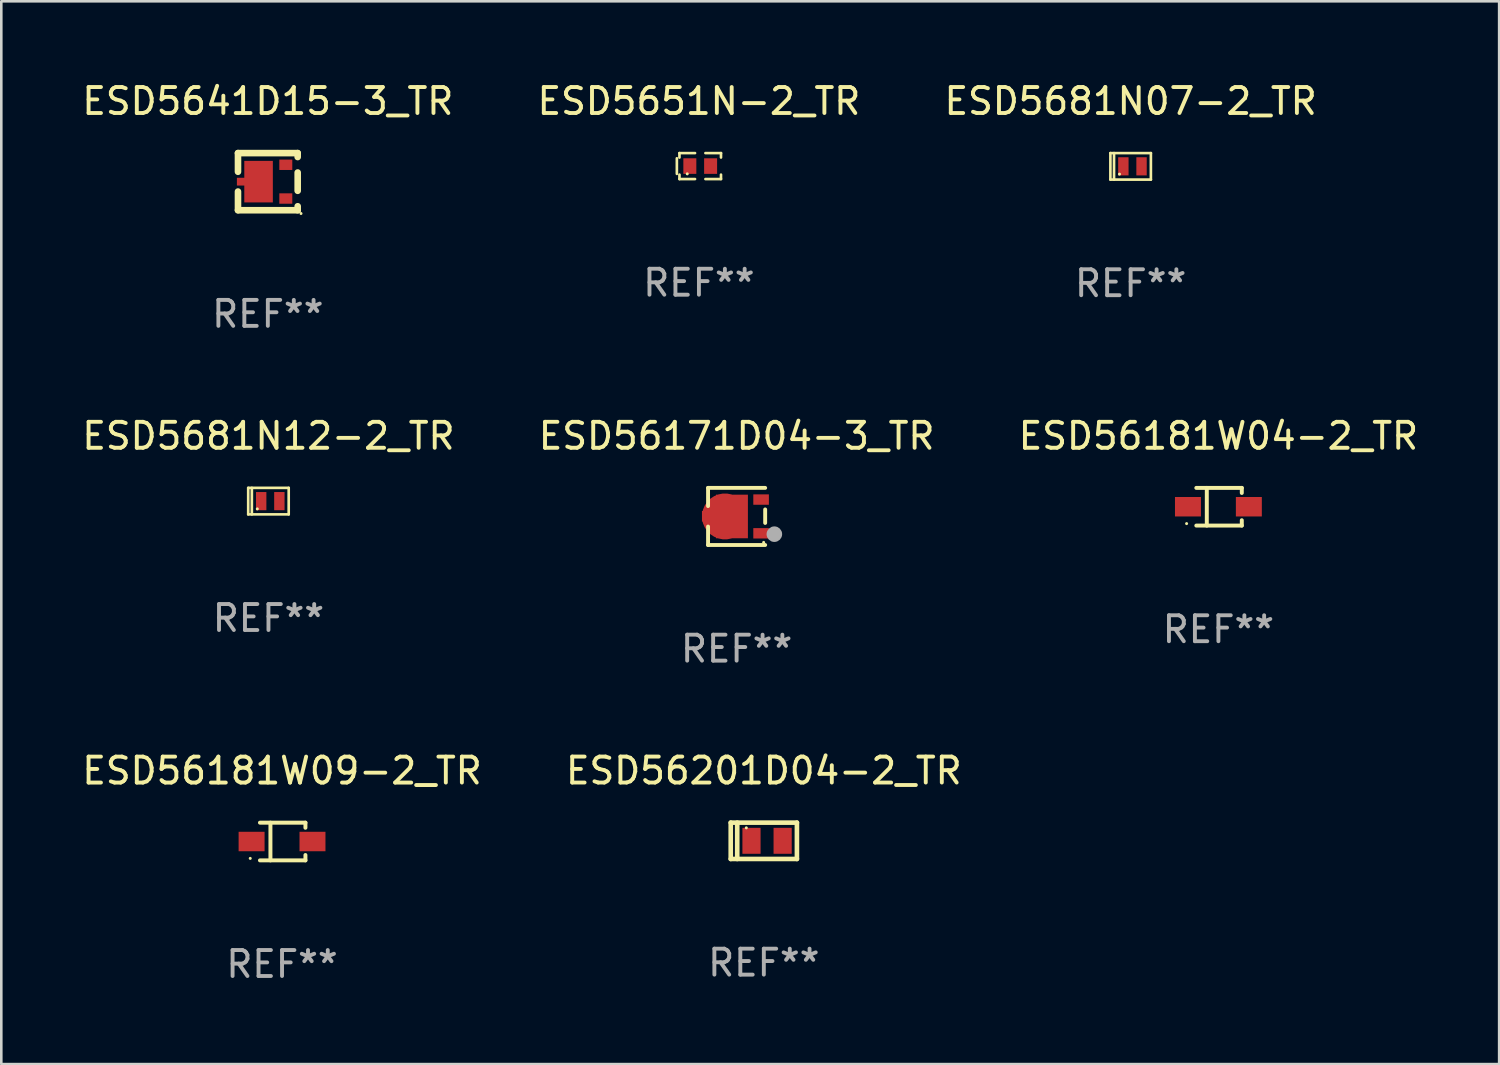
<source format=kicad_pcb>
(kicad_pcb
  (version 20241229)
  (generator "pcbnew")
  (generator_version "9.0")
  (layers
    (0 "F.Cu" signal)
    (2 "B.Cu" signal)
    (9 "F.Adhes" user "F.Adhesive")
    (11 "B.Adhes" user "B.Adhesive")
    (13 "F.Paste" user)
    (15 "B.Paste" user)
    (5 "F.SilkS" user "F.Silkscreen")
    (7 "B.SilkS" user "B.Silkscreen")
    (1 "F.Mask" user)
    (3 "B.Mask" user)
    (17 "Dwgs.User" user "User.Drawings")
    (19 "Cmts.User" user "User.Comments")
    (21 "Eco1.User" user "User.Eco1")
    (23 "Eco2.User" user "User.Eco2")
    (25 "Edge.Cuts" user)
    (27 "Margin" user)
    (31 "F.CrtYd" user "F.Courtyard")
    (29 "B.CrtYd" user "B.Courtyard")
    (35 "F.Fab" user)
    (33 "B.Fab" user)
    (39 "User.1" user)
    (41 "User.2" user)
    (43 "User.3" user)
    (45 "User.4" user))
  (footprint "ESD56181W04-2_TR"
    (layer "F.Cu")
    (at 43.887 16.471)
    (property "Reference" "ESD56181W04-2_TR" (at 0 -2.726 0) (layer "F.SilkS") (effects (font (size 1 1) (thickness 0.15))))
    (attr through_hole)
    (fp_line (start -0.851 -0.726) (end 0.901 -0.726) (stroke (width 0.152) (type solid)) (layer "F.SilkS"))
    (fp_line (start -0.851 0.726) (end 0.901 0.726) (stroke (width 0.152) (type solid)) (layer "F.SilkS"))
    (fp_line (start -0.447 -0.726) (end -0.447 0.726) (stroke (width 0.152) (type solid)) (layer "F.SilkS"))
    (fp_line (start 0.901 -0.726) (end 0.901 -0.53) (stroke (width 0.152) (type solid)) (layer "F.SilkS"))
    (fp_line (start 0.901 0.726) (end 0.901 0.52) (stroke (width 0.152) (type solid)) (layer "F.SilkS"))
    (fp_circle (center -1.225 0.65) (end -1.195 0.65) (stroke (width 0.06) (type solid)) (fill no) (layer "F.SilkS"))
    (fp_text user "REF**" (at 0 4.726 0) (layer "F.Fab") (effects (font (size 1 1) (thickness 0.15))))
    (pad "1" smd rect (at -1.173 0) (size 1 0.75) (layers "F.Cu" "F.Mask" "F.Paste"))
    (pad "2" smd rect (at 1.173 0) (size 1 0.75) (layers "F.Cu" "F.Mask" "F.Paste")))
  (footprint "ESD56171D04-3_TR"
    (layer "F.Cu")
    (at 25.327 16.845)
    (property "Reference" "ESD56171D04-3_TR" (at 0 -3.1 0) (layer "F.SilkS") (effects (font (size 1 1) (thickness 0.15))))
    (attr through_hole)
    (fp_line (start -1.1 -1.1) (end -1.1 -0.4) (stroke (width 0.15) (type solid)) (layer "F.SilkS"))
    (fp_line (start -1.1 -1.1) (end 1.1 -1.1) (stroke (width 0.15) (type solid)) (layer "F.SilkS"))
    (fp_line (start -1.1 1.1) (end -1.1 0.39) (stroke (width 0.15) (type solid)) (layer "F.SilkS"))
    (fp_line (start 1.1 -0.27) (end 1.1 0.25) (stroke (width 0.15) (type solid)) (layer "F.SilkS"))
    (fp_line (start 1.1 1.1) (end -1.1 1.1) (stroke (width 0.15) (type solid)) (layer "F.SilkS"))
    (fp_circle (center 1.042 1) (end 1.072 1) (stroke (width 0.06) (type solid)) (fill no) (layer "F.SilkS"))
    (fp_circle (center 1.454 0.683) (end 1.604 0.683) (stroke (width 0.3) (type solid)) (fill no) (layer "F.Fab"))
    (fp_text user "REF**" (at 0 5.1 0) (layer "F.Fab") (effects (font (size 1 1) (thickness 0.15))))
    (pad "1" smd rect (at 0.943 0.65) (size 0.6 0.4) (layers "F.Cu" "F.Mask" "F.Paste"))
    (pad "2" smd rect (at 0.943 -0.65) (size 0.6 0.4) (layers "F.Cu" "F.Mask" "F.Paste"))
    (pad "3" smd custom (at -0.45 0) (size 1.77 1.68) (layers "F.Cu" "F.Mask" "F.Paste") (options (anchor circle)) (primitives (gr_poly (pts (xy -0.885 -0.21) (xy -0.345 -0.21) (xy -0.345 -0.84) (xy 0.885 -0.84) (xy 0.885 0.84) (xy -0.345 0.84) (xy -0.345 0.2) (xy -0.885 0.2) (xy -0.885 -0.21)) (width 0) (fill yes)))))
  (footprint "ESD5651N-2_TR"
    (layer "F.Cu")
    (at 23.875 3.348)
    (property "Reference" "ESD5651N-2_TR" (at 0 -2.5 0) (layer "F.SilkS") (effects (font (size 1 1) (thickness 0.15))))
    (attr through_hole)
    (fp_line (start -0.85 -0.3) (end -0.85 0.3) (stroke (width 0.102) (type solid)) (layer "F.SilkS"))
    (fp_line (start -0.75 -0.5) (end -0.75 -0.329) (stroke (width 0.102) (type solid)) (layer "F.SilkS"))
    (fp_line (start -0.75 0.329) (end -0.75 0.5) (stroke (width 0.102) (type solid)) (layer "F.SilkS"))
    (fp_line (start -0.75 0.5) (end -0.15 0.5) (stroke (width 0.102) (type solid)) (layer "F.SilkS"))
    (fp_line (start -0.15 -0.5) (end -0.75 -0.5) (stroke (width 0.102) (type solid)) (layer "F.SilkS"))
    (fp_line (start 0.25 -0.5) (end 0.85 -0.5) (stroke (width 0.102) (type solid)) (layer "F.SilkS"))
    (fp_line (start 0.85 -0.5) (end 0.85 -0.33) (stroke (width 0.102) (type solid)) (layer "F.SilkS"))
    (fp_line (start 0.85 0.33) (end 0.85 0.5) (stroke (width 0.102) (type solid)) (layer "F.SilkS"))
    (fp_line (start 0.85 0.5) (end 0.25 0.5) (stroke (width 0.102) (type solid)) (layer "F.SilkS"))
    (fp_circle (center -0.45 0.3) (end -0.42 0.3) (stroke (width 0.06) (type solid)) (fill no) (layer "F.SilkS"))
    (fp_text user "REF**" (at 0 4.5 0) (layer "F.Fab") (effects (font (size 1 1) (thickness 0.15))))
    (pad "1" smd rect (at -0.35 0) (size 0.5 0.6) (layers "F.Cu" "F.Mask" "F.Paste"))
    (pad "2" smd rect (at 0.45 0) (size 0.5 0.6) (layers "F.Cu" "F.Mask" "F.Paste")))
  (footprint "ESD5641D15-3_TR"
    (layer "F.Cu")
    (at 7.268 3.948)
    (property "Reference" "ESD5641D15-3_TR" (at 0 -3.1 0) (layer "F.SilkS") (effects (font (size 1 1) (thickness 0.15))))
    (attr through_hole)
    (fp_line (start -1.15 -1.1) (end 1.15 -1.1) (stroke (width 0.254) (type solid)) (layer "F.SilkS"))
    (fp_line (start -1.15 -0.381) (end -1.15 -1.1) (stroke (width 0.254) (type solid)) (layer "F.SilkS"))
    (fp_line (start -1.15 1.1) (end -1.15 0.381) (stroke (width 0.254) (type solid)) (layer "F.SilkS"))
    (fp_line (start 1.15 -1.1) (end 1.15 -0.948) (stroke (width 0.254) (type solid)) (layer "F.SilkS"))
    (fp_line (start 1.15 -0.352) (end 1.15 0.352) (stroke (width 0.254) (type solid)) (layer "F.SilkS"))
    (fp_line (start 1.15 0.948) (end 1.15 1.1) (stroke (width 0.254) (type solid)) (layer "F.SilkS"))
    (fp_line (start 1.15 1.1) (end -1.15 1.1) (stroke (width 0.254) (type solid)) (layer "F.SilkS"))
    (fp_circle (center 1.277 1.227) (end 1.307 1.227) (stroke (width 0.06) (type solid)) (fill no) (layer "F.SilkS"))
    (fp_text user "REF**" (at 0 5.1 0) (layer "F.Fab") (effects (font (size 1 1) (thickness 0.15))))
    (pad "1" smd rect (at 0.692 0.65 180) (size 0.5 0.4) (layers "F.Cu" "F.Mask" "F.Paste"))
    (pad "2" smd rect (at 0.692 -0.65 180) (size 0.5 0.4) (layers "F.Cu" "F.Mask" "F.Paste"))
    (pad "3" smd rect (at -0.992 -0.000102 270) (size 0.3 0.4) (layers "F.Cu" "F.Mask" "F.Paste"))
    (pad "3" smd rect (at -0.357 -0.000102 180) (size 1.1 1.6) (layers "F.Cu" "F.Mask" "F.Paste")))
  (footprint "ESD5681N07-2_TR"
    (layer "F.Cu")
    (at 40.506 3.358)
    (property "Reference" "ESD5681N07-2_TR" (at 0 -2.51 0) (layer "F.SilkS") (effects (font (size 1 1) (thickness 0.15))))
    (attr through_hole)
    (fp_line (start -0.78 -0.51) (end -0.78 0.51) (stroke (width 0.102) (type solid)) (layer "F.SilkS"))
    (fp_line (start -0.78 -0.51) (end 0.78 -0.51) (stroke (width 0.102) (type solid)) (layer "F.SilkS"))
    (fp_line (start -0.78 0.51) (end 0.78 0.51) (stroke (width 0.102) (type solid)) (layer "F.SilkS"))
    (fp_line (start -0.64 -0.51) (end -0.64 0.51) (stroke (width 0.102) (type solid)) (layer "F.SilkS"))
    (fp_line (start 0.78 -0.51) (end 0.78 0.51) (stroke (width 0.102) (type solid)) (layer "F.SilkS"))
    (fp_circle (center -0.43 0.3) (end -0.4 0.3) (stroke (width 0.06) (type solid)) (fill no) (layer "F.SilkS"))
    (fp_text user "REF**" (at 0 4.51 0) (layer "F.Fab") (effects (font (size 1 1) (thickness 0.15))))
    (pad "1" smd rect (at -0.28 0) (size 0.4 0.7) (layers "F.Cu" "F.Mask" "F.Paste"))
    (pad "2" smd rect (at 0.42 0) (size 0.4 0.7) (layers "F.Cu" "F.Mask" "F.Paste")))
  (footprint "ESD5681N12-2_TR"
    (layer "F.Cu")
    (at 7.292 16.255)
    (property "Reference" "ESD5681N12-2_TR" (at 0 -2.51 0) (layer "F.SilkS") (effects (font (size 1 1) (thickness 0.15))))
    (attr through_hole)
    (fp_line (start -0.78 -0.51) (end -0.78 0.51) (stroke (width 0.102) (type solid)) (layer "F.SilkS"))
    (fp_line (start -0.78 -0.51) (end 0.78 -0.51) (stroke (width 0.102) (type solid)) (layer "F.SilkS"))
    (fp_line (start -0.78 0.51) (end 0.78 0.51) (stroke (width 0.102) (type solid)) (layer "F.SilkS"))
    (fp_line (start -0.64 -0.51) (end -0.64 0.51) (stroke (width 0.102) (type solid)) (layer "F.SilkS"))
    (fp_line (start 0.78 -0.51) (end 0.78 0.51) (stroke (width 0.102) (type solid)) (layer "F.SilkS"))
    (fp_circle (center -0.43 0.3) (end -0.4 0.3) (stroke (width 0.06) (type solid)) (fill no) (layer "F.SilkS"))
    (fp_text user "REF**" (at 0 4.51 0) (layer "F.Fab") (effects (font (size 1 1) (thickness 0.15))))
    (pad "1" smd rect (at -0.28 0) (size 0.4 0.7) (layers "F.Cu" "F.Mask" "F.Paste"))
    (pad "2" smd rect (at 0.42 0) (size 0.4 0.7) (layers "F.Cu" "F.Mask" "F.Paste")))
  (footprint "ESD56181W09-2_TR"
    (layer "F.Cu")
    (at 7.815 29.368)
    (property "Reference" "ESD56181W09-2_TR" (at 0 -2.726 0) (layer "F.SilkS") (effects (font (size 1 1) (thickness 0.15))))
    (attr through_hole)
    (fp_line (start -0.851 -0.726) (end 0.901 -0.726) (stroke (width 0.152) (type solid)) (layer "F.SilkS"))
    (fp_line (start -0.851 0.726) (end 0.901 0.726) (stroke (width 0.152) (type solid)) (layer "F.SilkS"))
    (fp_line (start -0.447 -0.726) (end -0.447 0.726) (stroke (width 0.152) (type solid)) (layer "F.SilkS"))
    (fp_line (start 0.901 -0.726) (end 0.901 -0.53) (stroke (width 0.152) (type solid)) (layer "F.SilkS"))
    (fp_line (start 0.901 0.726) (end 0.901 0.52) (stroke (width 0.152) (type solid)) (layer "F.SilkS"))
    (fp_circle (center -1.225 0.65) (end -1.195 0.65) (stroke (width 0.06) (type solid)) (fill no) (layer "F.SilkS"))
    (fp_text user "REF**" (at 0 4.726 0) (layer "F.Fab") (effects (font (size 1 1) (thickness 0.15))))
    (pad "1" smd rect (at -1.173 0) (size 1 0.75) (layers "F.Cu" "F.Mask" "F.Paste"))
    (pad "2" smd rect (at 1.173 0) (size 1 0.75) (layers "F.Cu" "F.Mask" "F.Paste")))
  (footprint "ESD56201D04-2_TR"
    (layer "F.Cu")
    (at 26.375 29.341)
    (property "Reference" "ESD56201D04-2_TR" (at 0 -2.7 0) (layer "F.SilkS") (effects (font (size 1 1) (thickness 0.15))))
    (attr through_hole)
    (fp_line (start -1.275 -0.7) (end -1.275 0.7) (stroke (width 0.178) (type solid)) (layer "F.SilkS"))
    (fp_line (start -1.275 -0.7) (end 1.275 -0.7) (stroke (width 0.178) (type solid)) (layer "F.SilkS"))
    (fp_line (start -1.275 0.7) (end 1.275 0.7) (stroke (width 0.178) (type solid)) (layer "F.SilkS"))
    (fp_line (start -1.025 -0.7) (end -1.025 0.7) (stroke (width 0.178) (type solid)) (layer "F.SilkS"))
    (fp_line (start 1.275 -0.7) (end 1.275 0.7) (stroke (width 0.178) (type solid)) (layer "F.SilkS"))
    (fp_circle (center -0.675 -0.5) (end -0.645 -0.5) (stroke (width 0.06) (type solid)) (fill no) (layer "F.SilkS"))
    (fp_text user "REF**" (at 0 4.7 0) (layer "F.Fab") (effects (font (size 1 1) (thickness 0.15))))
    (pad "1" smd rect (at -0.475 0 90) (size 1 0.7) (layers "F.Cu" "F.Mask" "F.Paste"))
    (pad "2" smd rect (at 0.725 0 90) (size 1 0.7) (layers "F.Cu" "F.Mask" "F.Paste")))
  (gr_rect
    (start -3 -3)
    (end 54.702 37.942)
    (stroke (width 0.1) (type default))
    (fill no)
    (layer "Edge.Cuts")))
</source>
